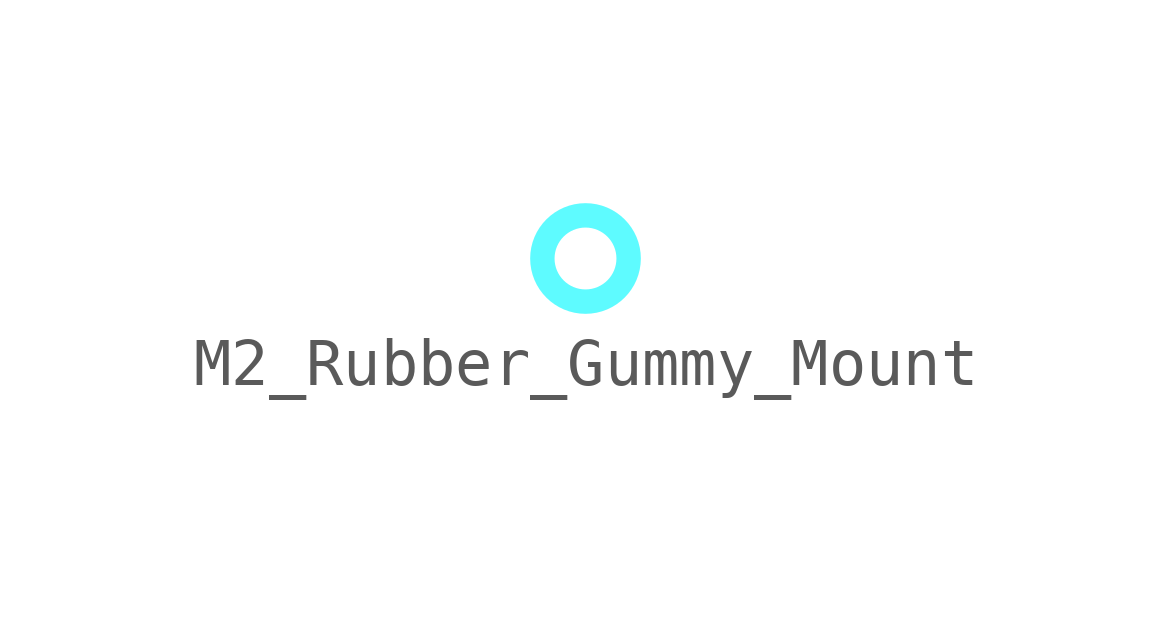
<source format=kicad_sym>
(kicad_symbol_lib
  (version 20220914)
  (generator kicad_symbol_editor)
  (symbol "M2_Rubber_Gummy_Mount"
    (pin_numbers hide)
    (pin_names
      (offset 0) hide)
    (property "Reference" "M"
      (at 0 1.905 0)
      (effects (font (size 1.27 1.27)) hide))
    (symbol "M2_Rubber_Gummy_Mount_1_1"
      (circle (center 0 0) (radius 0.898) (stroke (width 0.508) (type default) (color 94 251 255 1)) (fill (type none))))))
</source>
